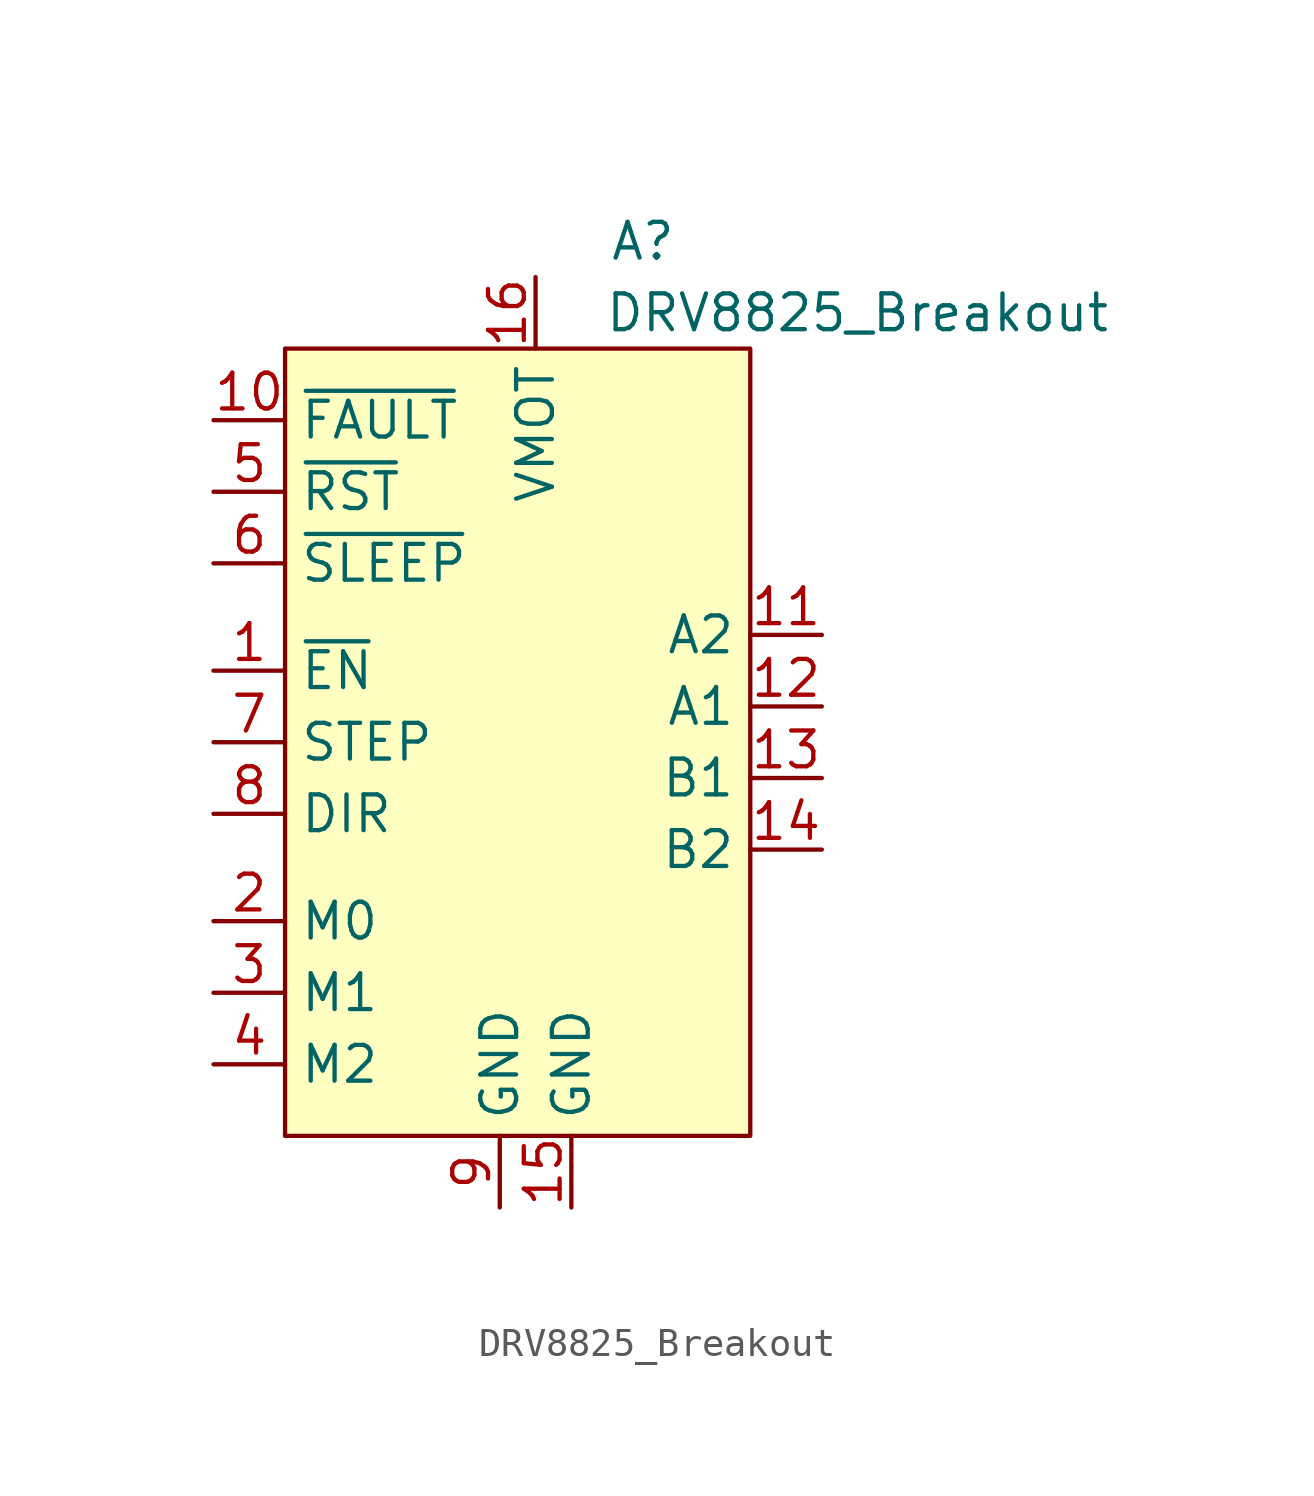
<source format=kicad_sym>
(kicad_symbol_lib
  (version 20220914)
  (generator kicad_symbol_editor)
  (symbol "DRV8825_Breakout"
    (property "Reference" "A"
      (at 3.81 17.78 0)
      (effects (font (size 1.27 1.27))))
    (property "Value" "DRV8825_Breakout"
      (at 11.43 15.24 0)
      (effects (font (size 1.27 1.27))))
    (symbol "DRV8825_Breakout_1_1"
      (rectangle (start -8.89 13.97) (end 7.62 -13.97) (stroke (width 0) (type default)) (fill (type background)))
      (pin input line (at -11.43 2.54 0) (length 2.54) (name "~{EN}" (effects (font (size 1.27 1.27)))) (number "1" (effects (font (size 1.27 1.27)))))
      (pin output line (at -11.43 11.43 0) (length 2.54) (name "~{FAULT}" (effects (font (size 1.27 1.27)))) (number "10" (effects (font (size 1.27 1.27)))))
      (pin output line (at 10.16 3.81 180) (length 2.54) (name "A2" (effects (font (size 1.27 1.27)))) (number "11" (effects (font (size 1.27 1.27)))))
      (pin output line (at 10.16 1.27 180) (length 2.54) (name "A1" (effects (font (size 1.27 1.27)))) (number "12" (effects (font (size 1.27 1.27)))))
      (pin output line (at 10.16 -1.27 180) (length 2.54) (name "B1" (effects (font (size 1.27 1.27)))) (number "13" (effects (font (size 1.27 1.27)))))
      (pin output line (at 10.16 -3.81 180) (length 2.54) (name "B2" (effects (font (size 1.27 1.27)))) (number "14" (effects (font (size 1.27 1.27)))))
      (pin power_out line (at 1.27 -16.51 90) (length 2.54) (name "GND" (effects (font (size 1.27 1.27)))) (number "15" (effects (font (size 1.27 1.27)))))
      (pin power_in line (at 0 16.51 270) (length 2.54) (name "VMOT" (effects (font (size 1.27 1.27)))) (number "16" (effects (font (size 1.27 1.27)))))
      (pin input line (at -11.43 -6.35 0) (length 2.54) (name "M0" (effects (font (size 1.27 1.27)))) (number "2" (effects (font (size 1.27 1.27)))))
      (pin input line (at -11.43 -8.89 0) (length 2.54) (name "M1" (effects (font (size 1.27 1.27)))) (number "3" (effects (font (size 1.27 1.27)))))
      (pin input line (at -11.43 -11.43 0) (length 2.54) (name "M2" (effects (font (size 1.27 1.27)))) (number "4" (effects (font (size 1.27 1.27)))))
      (pin input line (at -11.43 8.89 0) (length 2.54) (name "~{RST}" (effects (font (size 1.27 1.27)))) (number "5" (effects (font (size 1.27 1.27)))))
      (pin input line (at -11.43 6.35 0) (length 2.54) (name "~{SLEEP}" (effects (font (size 1.27 1.27)))) (number "6" (effects (font (size 1.27 1.27)))))
      (pin input line (at -11.43 0 0) (length 2.54) (name "STEP" (effects (font (size 1.27 1.27)))) (number "7" (effects (font (size 1.27 1.27)))))
      (pin input line (at -11.43 -2.54 0) (length 2.54) (name "DIR" (effects (font (size 1.27 1.27)))) (number "8" (effects (font (size 1.27 1.27)))))
      (pin power_in line (at -1.27 -16.51 90) (length 2.54) (name "GND" (effects (font (size 1.27 1.27)))) (number "9" (effects (font (size 1.27 1.27))))))))
</source>
